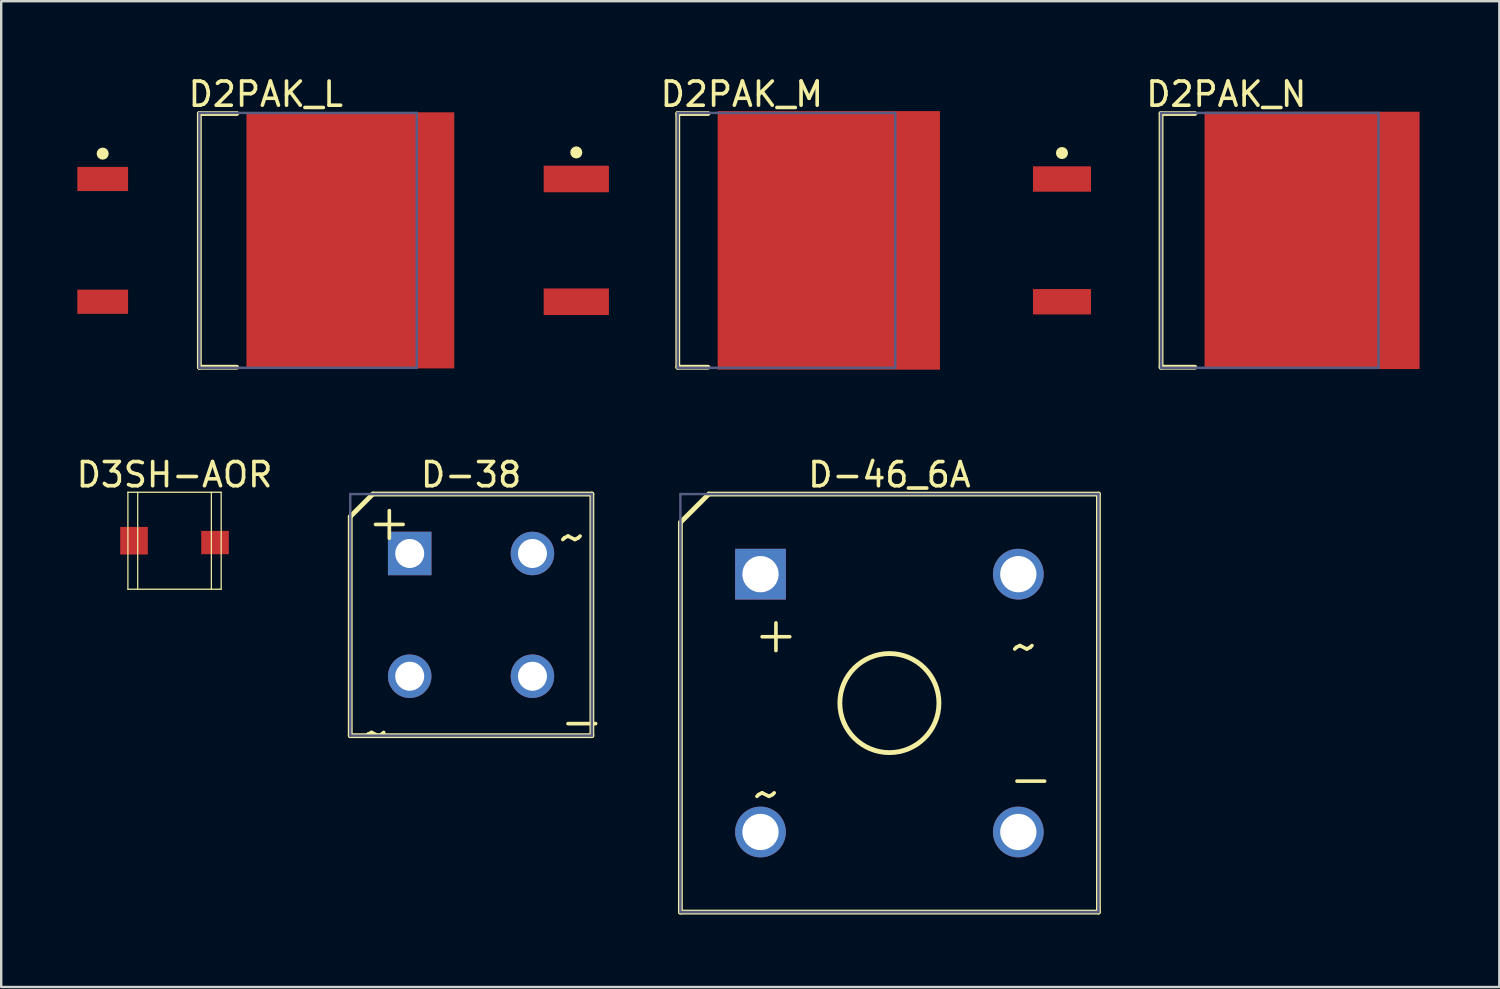
<source format=kicad_pcb>
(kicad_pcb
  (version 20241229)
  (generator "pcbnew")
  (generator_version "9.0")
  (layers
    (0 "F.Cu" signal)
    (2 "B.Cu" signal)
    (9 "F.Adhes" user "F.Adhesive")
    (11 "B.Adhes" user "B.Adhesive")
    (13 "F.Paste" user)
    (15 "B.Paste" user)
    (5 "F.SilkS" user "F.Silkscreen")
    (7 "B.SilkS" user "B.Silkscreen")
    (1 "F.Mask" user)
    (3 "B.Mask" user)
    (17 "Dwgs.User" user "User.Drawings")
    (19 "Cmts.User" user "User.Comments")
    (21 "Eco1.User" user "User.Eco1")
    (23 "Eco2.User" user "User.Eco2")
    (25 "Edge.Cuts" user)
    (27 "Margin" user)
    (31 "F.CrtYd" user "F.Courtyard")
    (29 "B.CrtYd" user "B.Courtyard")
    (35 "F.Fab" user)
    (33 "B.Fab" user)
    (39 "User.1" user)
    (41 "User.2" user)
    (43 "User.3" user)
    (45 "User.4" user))
  (footprint "D2PAK_L"
    (layer "F.Cu")
    (at 7.95 6.898)
    (property "Reference" "D2PAK_L" (at 0 -6.05 0) (layer "F.SilkS") (effects (font (size 1 1) (thickness 0.15))))
    (fp_line (start -2.75 -5.25) (end -1.2 -5.25) (stroke (width 0.2) (type solid)) (layer "F.SilkS"))
    (fp_line (start -2.75 5.25) (end -2.75 -5.25) (stroke (width 0.2) (type solid)) (layer "F.SilkS"))
    (fp_line (start -2.75 5.25) (end -1.2 5.25) (stroke (width 0.2) (type solid)) (layer "F.SilkS"))
    (fp_circle (center -6.75 -3.59) (end -6.75 -3.715) (stroke (width 0.25) (type solid)) (fill no) (layer "F.SilkS"))
    (fp_line (start -7.9 -5.4) (end 7.9 -5.4) (stroke (width 0.1) (type solid)) (layer "Eco2.User"))
    (fp_line (start -7.9 5.4) (end -7.9 -5.4) (stroke (width 0.1) (type solid)) (layer "Eco2.User"))
    (fp_line (start -7.9 5.4) (end 7.9 5.4) (stroke (width 0.1) (type solid)) (layer "Eco2.User"))
    (fp_line (start -0.5 0) (end 0.5 0) (stroke (width 0.1) (type solid)) (layer "Eco2.User"))
    (fp_line (start 0 0.5) (end 0 -0.5) (stroke (width 0.1) (type solid)) (layer "Eco2.User"))
    (fp_line (start 7.9 5.4) (end 7.9 -5.4) (stroke (width 0.1) (type solid)) (layer "Eco2.User"))
    (fp_line (start -2.75 -5.275) (end 6.25 -5.275) (stroke (width 0.1) (type solid)) (layer "B.Fab"))
    (fp_line (start -2.75 5.275) (end -2.75 -5.275) (stroke (width 0.1) (type solid)) (layer "B.Fab"))
    (fp_line (start -2.75 5.275) (end 6.25 5.275) (stroke (width 0.1) (type solid)) (layer "B.Fab"))
    (fp_line (start 6.25 5.275) (end 6.25 -5.275) (stroke (width 0.1) (type solid)) (layer "B.Fab"))
    (pad "1" smd rect (at -6.75 -2.54 90) (size 1 2.1) (layers "F.Cu" "F.Mask" "F.Paste"))
    (pad "2" smd rect (at 3.5 0 90) (size 10.6 8.6) (layers "F.Cu" "F.Mask" "F.Paste"))
    (pad "3" smd rect (at -6.75 2.54 90) (size 1 2.1) (layers "F.Cu" "F.Mask" "F.Paste")))
  (footprint "D2PAK_M"
    (layer "F.Cu")
    (at 27.65 6.898)
    (property "Reference" "D2PAK_M" (at 0 -6.05 0) (layer "F.SilkS") (effects (font (size 1 1) (thickness 0.15))))
    (fp_line (start -2.65 -5.25) (end -1.4 -5.25) (stroke (width 0.2) (type solid)) (layer "F.SilkS"))
    (fp_line (start -2.65 5.25) (end -2.65 -5.25) (stroke (width 0.2) (type solid)) (layer "F.SilkS"))
    (fp_line (start -2.65 5.25) (end -1.4 5.25) (stroke (width 0.2) (type solid)) (layer "F.SilkS"))
    (fp_circle (center -6.85 -3.64) (end -6.85 -3.765) (stroke (width 0.25) (type solid)) (fill no) (layer "F.SilkS"))
    (fp_line (start -8.7 -5.8) (end 8.7 -5.8) (stroke (width 0.1) (type solid)) (layer "Eco2.User"))
    (fp_line (start -8.7 5.8) (end -8.7 -5.8) (stroke (width 0.1) (type solid)) (layer "Eco2.User"))
    (fp_line (start -8.7 5.8) (end 8.7 5.8) (stroke (width 0.1) (type solid)) (layer "Eco2.User"))
    (fp_line (start -0.5 0) (end 0.5 0) (stroke (width 0.1) (type solid)) (layer "Eco2.User"))
    (fp_line (start 0 0.5) (end 0 -0.5) (stroke (width 0.1) (type solid)) (layer "Eco2.User"))
    (fp_line (start 8.7 5.8) (end 8.7 -5.8) (stroke (width 0.1) (type solid)) (layer "Eco2.User"))
    (fp_line (start -2.65 -5.275) (end 6.35 -5.275) (stroke (width 0.1) (type solid)) (layer "B.Fab"))
    (fp_line (start -2.65 5.275) (end -2.65 -5.275) (stroke (width 0.1) (type solid)) (layer "B.Fab"))
    (fp_line (start -2.65 5.275) (end 6.35 5.275) (stroke (width 0.1) (type solid)) (layer "B.Fab"))
    (fp_line (start 6.35 5.275) (end 6.35 -5.275) (stroke (width 0.1) (type solid)) (layer "B.Fab"))
    (pad "1" smd rect (at -6.85 -2.54 90) (size 1.1 2.7) (layers "F.Cu" "F.Mask" "F.Paste"))
    (pad "2" smd rect (at 3.6 0 90) (size 10.7 9.2) (layers "F.Cu" "F.Mask" "F.Paste"))
    (pad "3" smd rect (at -6.85 2.54 90) (size 1.1 2.7) (layers "F.Cu" "F.Mask" "F.Paste")))
  (footprint "D2PAK_N"
    (layer "F.Cu")
    (at 47.7 6.898)
    (property "Reference" "D2PAK_N" (at 0 -6.05 0) (layer "F.SilkS") (effects (font (size 1 1) (thickness 0.15))))
    (fp_line (start -2.7 -5.25) (end -1.3 -5.25) (stroke (width 0.2) (type solid)) (layer "F.SilkS"))
    (fp_line (start -2.7 5.25) (end -2.7 -5.25) (stroke (width 0.2) (type solid)) (layer "F.SilkS"))
    (fp_line (start -2.7 5.25) (end -1.3 5.25) (stroke (width 0.2) (type solid)) (layer "F.SilkS"))
    (fp_circle (center -6.8 -3.615) (end -6.8 -3.74) (stroke (width 0.25) (type solid)) (fill no) (layer "F.SilkS"))
    (fp_line (start -8.25 -5.55) (end 8.25 -5.55) (stroke (width 0.1) (type solid)) (layer "Eco2.User"))
    (fp_line (start -8.25 5.55) (end -8.25 -5.55) (stroke (width 0.1) (type solid)) (layer "Eco2.User"))
    (fp_line (start -8.25 5.55) (end 8.25 5.55) (stroke (width 0.1) (type solid)) (layer "Eco2.User"))
    (fp_line (start -0.5 0) (end 0.5 0) (stroke (width 0.1) (type solid)) (layer "Eco2.User"))
    (fp_line (start 0 0.5) (end 0 -0.5) (stroke (width 0.1) (type solid)) (layer "Eco2.User"))
    (fp_line (start 8.25 5.55) (end 8.25 -5.55) (stroke (width 0.1) (type solid)) (layer "Eco2.User"))
    (fp_line (start -2.7 -5.275) (end 6.3 -5.275) (stroke (width 0.1) (type solid)) (layer "B.Fab"))
    (fp_line (start -2.7 5.275) (end -2.7 -5.275) (stroke (width 0.1) (type solid)) (layer "B.Fab"))
    (fp_line (start -2.7 5.275) (end 6.3 5.275) (stroke (width 0.1) (type solid)) (layer "B.Fab"))
    (fp_line (start 6.3 5.275) (end 6.3 -5.275) (stroke (width 0.1) (type solid)) (layer "B.Fab"))
    (pad "1" smd rect (at -6.8 -2.54 90) (size 1.05 2.4) (layers "F.Cu" "F.Mask" "F.Paste"))
    (pad "2" smd rect (at 3.55 0 90) (size 10.65 8.9) (layers "F.Cu" "F.Mask" "F.Paste"))
    (pad "3" smd rect (at -6.8 2.54 90) (size 1.05 2.4) (layers "F.Cu" "F.Mask" "F.Paste")))
  (footprint "D3SH-AOR"
    (layer "F.Cu")
    (at 4.173 19.328)
    (property "Reference" "D3SH-AOR" (at 0 -2.732 0) (layer "F.SilkS") (effects (font (size 1 1) (thickness 0.15))))
    (fp_line (start -1.93 -2.007) (end 1.93 -2.007) (stroke (width 0.051) (type solid)) (layer "F.SilkS"))
    (fp_line (start -1.93 2.007) (end -1.93 -2.007) (stroke (width 0.051) (type solid)) (layer "F.SilkS"))
    (fp_line (start -1.93 2.007) (end 1.93 2.007) (stroke (width 0.051) (type solid)) (layer "F.SilkS"))
    (fp_line (start -1.524 2.007) (end -1.524 -2.007) (stroke (width 0.051) (type solid)) (layer "F.SilkS"))
    (fp_line (start 1.524 2.007) (end 1.524 -2.007) (stroke (width 0.051) (type solid)) (layer "F.SilkS"))
    (fp_line (start 1.93 2.007) (end 1.93 -2.007) (stroke (width 0.051) (type solid)) (layer "F.SilkS"))
    (fp_rect (start -2.54 0.762) (end -1.651 -0.762) (stroke (width 0) (type default)) (fill yes) (layer "F.Paste"))
    (fp_rect (start 1.651 0.762) (end 2.54 -0.635) (stroke (width 0) (type default)) (fill yes) (layer "F.Paste"))
    (pad "1" smd rect (at -1.676 0) (size 1.143 1.143) (layers "F.Cu" "F.Mask" "F.Paste"))
    (pad "2" smd rect (at 1.676 0.076) (size 1.143 0.965) (layers "F.Cu" "F.Mask" "F.Paste")))
  (footprint "D-38"
    (layer "F.Cu")
    (at 16.445 22.396)
    (property "Reference" "D-38" (at 0 -5.8 0) (layer "F.SilkS") (effects (font (size 1 1) (thickness 0.15))))
    (fp_line (start -5 -4.064) (end -4.064 -5) (stroke (width 0.2) (type solid)) (layer "F.SilkS"))
    (fp_line (start -5 5) (end -5 -4.064) (stroke (width 0.2) (type solid)) (layer "F.SilkS"))
    (fp_line (start -5 5) (end 5 5) (stroke (width 0.2) (type solid)) (layer "F.SilkS"))
    (fp_line (start -4.064 -5) (end 5 -5) (stroke (width 0.2) (type solid)) (layer "F.SilkS"))
    (fp_line (start 5 5) (end 5 -5) (stroke (width 0.2) (type solid)) (layer "F.SilkS"))
    (fp_line (start -5 -5) (end 5 -5) (stroke (width 0.1) (type solid)) (layer "B.Fab"))
    (fp_line (start -5 5) (end -5 -5) (stroke (width 0.1) (type solid)) (layer "B.Fab"))
    (fp_line (start -5 5) (end 5 5) (stroke (width 0.1) (type solid)) (layer "B.Fab"))
    (fp_line (start 5 5) (end 5 -5) (stroke (width 0.1) (type solid)) (layer "B.Fab"))
    (fp_text user "+" (at -4.41 -2.98 0) (unlocked yes) (layer "F.SilkS") (effects (font (size 1.5 1.5) (thickness 0.15)) (justify left bottom)))
    (fp_text user "-" (at 3.556 5.264 0) (unlocked yes) (layer "F.SilkS") (effects (font (size 1.5 1.5) (thickness 0.15)) (justify left bottom)))
    (fp_text user "~" (at 3.556 -2.356 0) (unlocked yes) (layer "F.SilkS") (effects (font (size 1.5 1.5) (thickness 0.15)) (justify left bottom)))
    (fp_text user "~" (at -4.572 5.772 0) (unlocked yes) (layer "F.SilkS") (effects (font (size 1.5 1.5) (thickness 0.15)) (justify left bottom)))
    (pad "1" thru_hole rect (at -2.54 -2.54) (size 1.8 1.8) (drill 1.2) (layers "*.Cu" "*.Mask"))
    (pad "2" thru_hole circle (at -2.54 2.54) (size 1.8 1.8) (drill 1.2) (layers "*.Cu" "*.Mask"))
    (pad "3" thru_hole circle (at 2.54 2.54) (size 1.8 1.8) (drill 1.2) (layers "*.Cu" "*.Mask"))
    (pad "4" thru_hole circle (at 2.54 -2.54) (size 1.8 1.8) (drill 1.2) (layers "*.Cu" "*.Mask")))
  (footprint "D-46_6A"
    (layer "F.Cu")
    (at 33.758 26.047)
    (property "Reference" "D-46_6A" (at 0 -9.45 0) (layer "F.SilkS") (effects (font (size 1 1) (thickness 0.15))))
    (fp_line (start -8.65 -7.474) (end -7.474 -8.65) (stroke (width 0.2) (type solid)) (layer "F.SilkS"))
    (fp_line (start -8.65 8.65) (end -8.65 -7.474) (stroke (width 0.2) (type solid)) (layer "F.SilkS"))
    (fp_line (start -8.65 8.65) (end 8.65 8.65) (stroke (width 0.2) (type solid)) (layer "F.SilkS"))
    (fp_line (start -7.474 -8.65) (end 8.65 -8.65) (stroke (width 0.2) (type solid)) (layer "F.SilkS"))
    (fp_line (start 8.65 8.65) (end 8.65 -8.65) (stroke (width 0.2) (type solid)) (layer "F.SilkS"))
    (fp_circle (center 0 0) (end 0 -2.05) (stroke (width 0.2) (type solid)) (fill no) (layer "F.SilkS"))
    (fp_line (start -8.65 -8.65) (end 8.65 -8.65) (stroke (width 0.1) (type solid)) (layer "B.Fab"))
    (fp_line (start -8.65 8.65) (end -8.65 -8.65) (stroke (width 0.1) (type solid)) (layer "B.Fab"))
    (fp_line (start -8.65 8.65) (end 8.65 8.65) (stroke (width 0.1) (type solid)) (layer "B.Fab"))
    (fp_line (start 8.65 8.65) (end 8.65 -8.65) (stroke (width 0.1) (type solid)) (layer "B.Fab"))
    (fp_text user "~" (at 4.945 -1.475 0) (unlocked yes) (layer "F.SilkS") (effects (font (size 1.5 1.5) (thickness 0.15)) (justify left bottom)))
    (fp_text user "~" (at -5.723 4.621 0) (unlocked yes) (layer "F.SilkS") (effects (font (size 1.5 1.5) (thickness 0.15)) (justify left bottom)))
    (fp_text user "-" (at 4.825 3.993 0) (unlocked yes) (layer "F.SilkS") (effects (font (size 1.5 1.5) (thickness 0.15)) (justify left bottom)))
    (fp_text user "+" (at -5.723 -1.983 0) (unlocked yes) (layer "F.SilkS") (effects (font (size 1.5 1.5) (thickness 0.15)) (justify left bottom)))
    (pad "1" thru_hole rect (at -5.335 -5.335) (size 2.1 2.1) (drill 1.5) (layers "*.Cu" "*.Mask"))
    (pad "2" thru_hole circle (at -5.335 5.335) (size 2.1 2.1) (drill 1.5) (layers "*.Cu" "*.Mask"))
    (pad "3" thru_hole circle (at 5.335 5.335) (size 2.1 2.1) (drill 1.5) (layers "*.Cu" "*.Mask"))
    (pad "4" thru_hole circle (at 5.335 -5.335) (size 2.1 2.1) (drill 1.5) (layers "*.Cu" "*.Mask")))
  (gr_rect
    (start -3 -3)
    (end 59 37.797)
    (stroke (width 0.1) (type default))
    (fill no)
    (layer "Edge.Cuts")))
</source>
